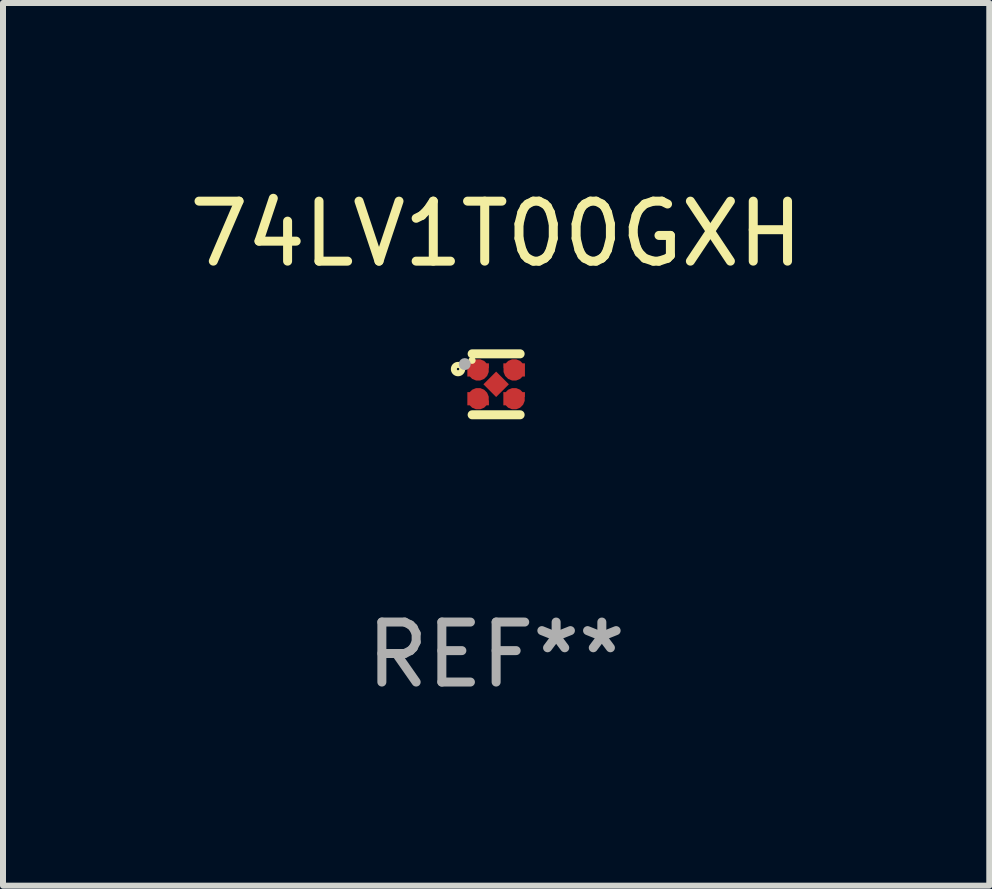
<source format=kicad_pcb>
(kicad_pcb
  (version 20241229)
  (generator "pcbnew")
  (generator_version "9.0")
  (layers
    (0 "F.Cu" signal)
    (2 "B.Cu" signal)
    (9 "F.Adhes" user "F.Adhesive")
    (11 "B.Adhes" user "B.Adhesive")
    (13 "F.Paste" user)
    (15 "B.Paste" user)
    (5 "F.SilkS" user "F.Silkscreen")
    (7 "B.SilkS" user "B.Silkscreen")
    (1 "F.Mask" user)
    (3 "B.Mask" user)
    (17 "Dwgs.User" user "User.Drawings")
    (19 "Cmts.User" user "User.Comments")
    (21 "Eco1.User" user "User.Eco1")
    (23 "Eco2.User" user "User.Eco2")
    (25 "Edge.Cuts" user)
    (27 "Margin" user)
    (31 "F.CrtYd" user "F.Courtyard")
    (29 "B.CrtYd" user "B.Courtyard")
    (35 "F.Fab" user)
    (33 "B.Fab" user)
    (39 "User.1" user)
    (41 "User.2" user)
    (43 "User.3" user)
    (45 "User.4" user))
  (footprint "74LV1T00GXH"
    (layer "F.Cu")
    (at 5.22 3.356)
    (property "Reference" "74LV1T00GXH" (at 0 -2.508 0) (layer "F.SilkS") (effects (font (size 1 1) (thickness 0.15))))
    (attr through_hole)
    (fp_line (start 0.4 -0.508) (end -0.4 -0.508) (stroke (width 0.15) (type solid)) (layer "F.SilkS"))
    (fp_line (start 0.4 0.508) (end -0.4 0.508) (stroke (width 0.15) (type solid)) (layer "F.SilkS"))
    (fp_circle (center -0.635 -0.254) (end -0.615 -0.254) (stroke (width 0.1) (type solid)) (fill no) (layer "F.SilkS"))
    (fp_circle (center -0.401 -0.4) (end -0.371 -0.4) (stroke (width 0.06) (type solid)) (fill no) (layer "F.SilkS"))
    (fp_circle (center -0.523 -0.337) (end -0.473 -0.337) (stroke (width 0.1) (type solid)) (fill no) (layer "F.Fab"))
    (fp_text user "REF**" (at 0 4.508 0) (layer "F.Fab") (effects (font (size 1 1) (thickness 0.15))))
    (pad "1" smd custom (at -0.3 -0.24) (size 0.36 0.22) (layers "F.Cu" "F.Mask" "F.Paste") (options (anchor circle)) (primitives (gr_poly (pts (xy -0.18 -0.11) (xy -0.18 0.11) (xy 0.000127 0.11) (xy 0.18 -0.03) (xy 0.18 -0.11) (xy -0.18 -0.11)) (width 0) (fill yes))))
    (pad "2" smd custom (at -0.3 0.24) (size 0.36 0.22) (layers "F.Cu" "F.Mask" "F.Paste") (options (anchor circle)) (primitives (gr_poly (pts (xy -0.18 0.11) (xy -0.18 -0.11) (xy 0.000127 -0.11) (xy 0.18 0.03) (xy 0.18 0.11) (xy -0.18 0.11)) (width 0) (fill yes))))
    (pad "3" smd rect (at 0.000102 -0.000127 45) (size 0.3 0.3) (layers "F.Cu" "F.Mask" "F.Paste"))
    (pad "4" smd custom (at 0.3 0.24 180) (size 0.36 0.22) (layers "F.Cu" "F.Mask" "F.Paste") (options (anchor circle)) (primitives (gr_poly (pts (xy 0.18 0.11) (xy 0.18 -0.11) (xy -0.000178 -0.11) (xy -0.18 0.03) (xy -0.18 0.11) (xy 0.18 0.11)) (width 0) (fill yes))))
    (pad "5" smd custom (at 0.3 -0.24) (size 0.36 0.22) (layers "F.Cu" "F.Mask" "F.Paste") (options (anchor circle)) (primitives (gr_poly (pts (xy 0.18 -0.11) (xy 0.18 0.11) (xy -0.000152 0.11) (xy -0.18 -0.03) (xy -0.18 -0.11) (xy 0.18 -0.11)) (width 0) (fill yes)))))
  (gr_rect
    (start -3 -3)
    (end 13.44 11.713)
    (stroke (width 0.1) (type default))
    (fill no)
    (layer "Edge.Cuts")))
</source>
